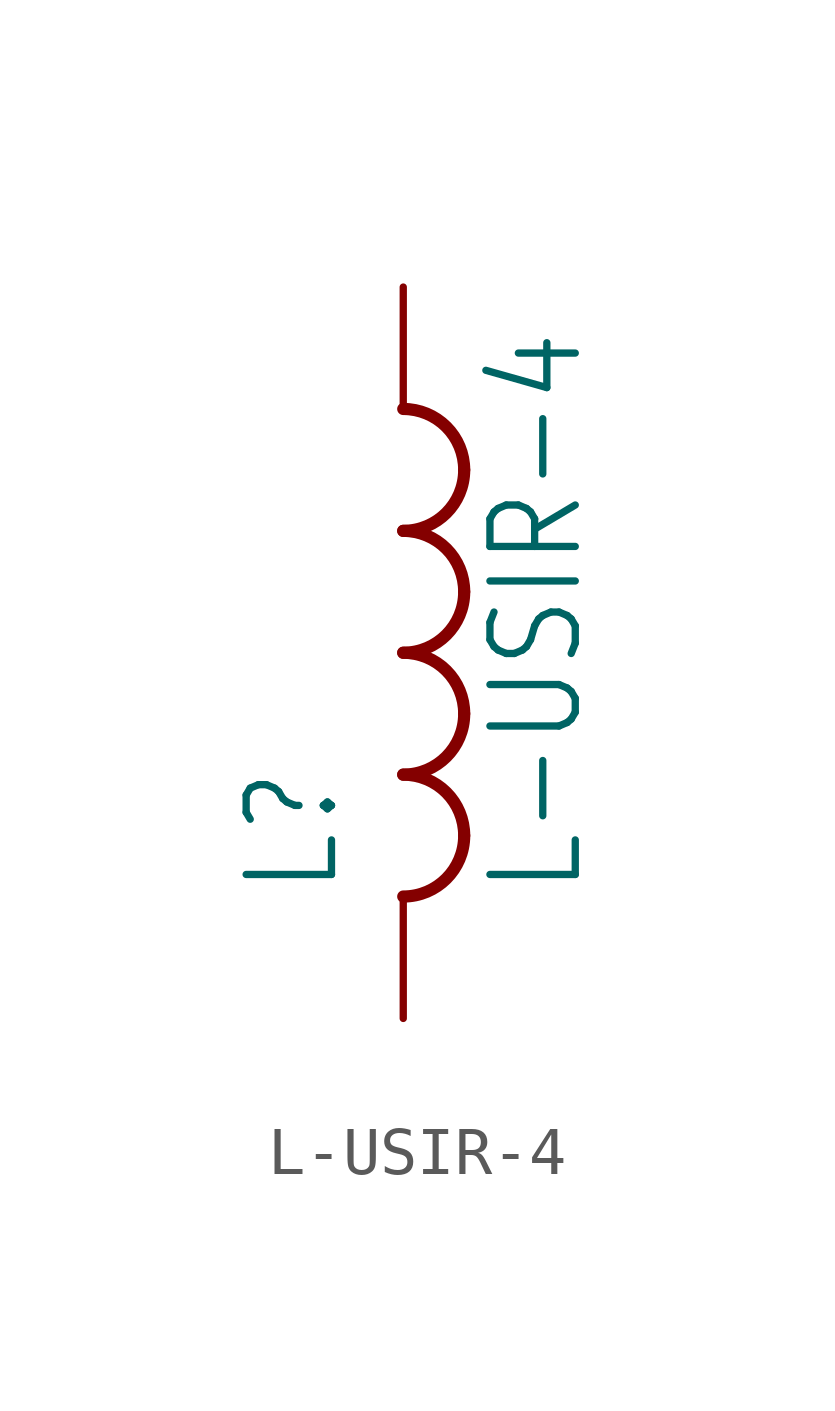
<source format=kicad_sym>
(kicad_symbol_lib
  (version 20211014)
  (generator kicad_symbol_editor)
  (symbol "L-USIR-4"
    (property "Reference" "L"
      (at -1.27 -5.08 90)
      (effects (font (size 1.778 1.511)) (justify left bottom)))
    (property "Value" "L-USIR-4"
      (at 3.81 -5.08 90)
      (effects (font (size 1.778 1.511)) (justify left bottom)))
    (property "ki_locked" ""
      (at 0 0 0)
      (effects (font (size 1.27 1.27))))
    (symbol "L-USIR-4_1_0"
      (arc (start 0 -5.08) (mid 0.898 -4.708) (end 1.27 -3.81) (stroke (width 0.254) (type default) (color 0 0 0 0)) (fill (type none)))
      (arc (start 0 -2.54) (mid 0.898 -2.168) (end 1.27 -1.27) (stroke (width 0.254) (type default) (color 0 0 0 0)) (fill (type none)))
      (arc (start 0 0) (mid 0.898 0.372) (end 1.27 1.27) (stroke (width 0.254) (type default) (color 0 0 0 0)) (fill (type none)))
      (arc (start 0 2.54) (mid 0.898 2.912) (end 1.27 3.81) (stroke (width 0.254) (type default) (color 0 0 0 0)) (fill (type none)))
      (arc (start 1.27 -3.81) (mid 0.898 -2.912) (end 0 -2.54) (stroke (width 0.254) (type default) (color 0 0 0 0)) (fill (type none)))
      (arc (start 1.27 -1.27) (mid 0.898 -0.372) (end 0 0) (stroke (width 0.254) (type default) (color 0 0 0 0)) (fill (type none)))
      (arc (start 1.27 1.27) (mid 0.898 2.168) (end 0 2.54) (stroke (width 0.254) (type default) (color 0 0 0 0)) (fill (type none)))
      (arc (start 1.27 3.81) (mid 0.898 4.708) (end 0 5.08) (stroke (width 0.254) (type default) (color 0 0 0 0)) (fill (type none)))
      (pin passive line (at 0 7.62 270) (length 2.54) (name "1" (effects (font (size 0 0)))) (number "1" (effects (font (size 0 0)))))
      (pin passive line (at 0 -7.62 90) (length 2.54) (name "2" (effects (font (size 0 0)))) (number "2" (effects (font (size 0 0))))))))
</source>
